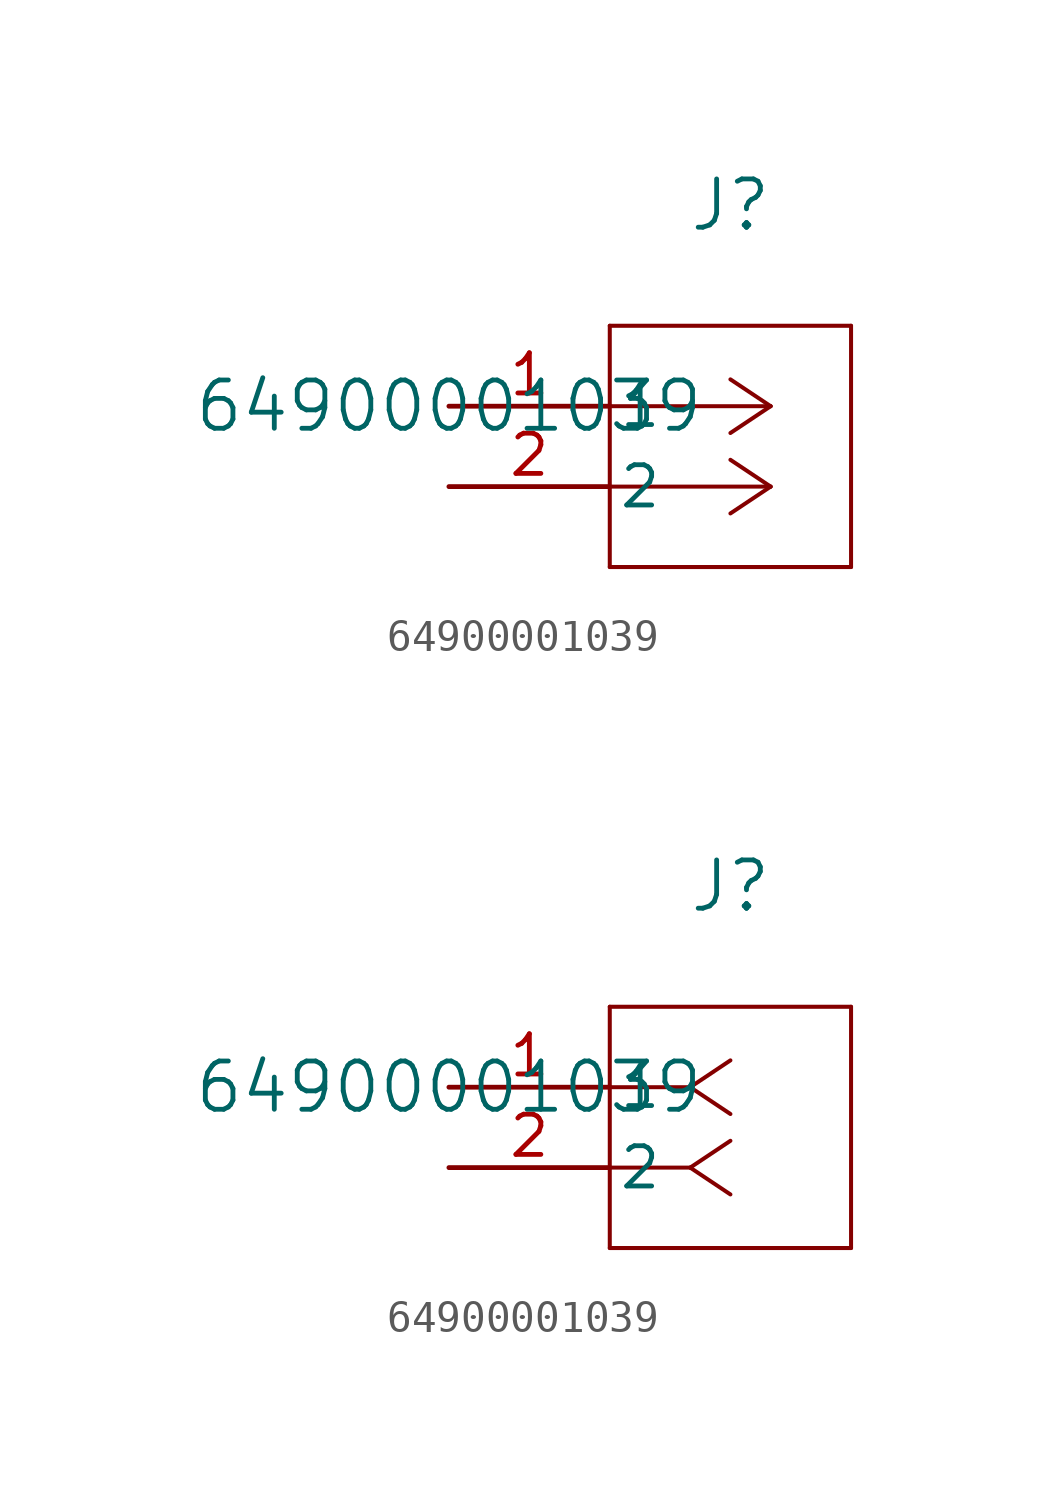
<source format=kicad_sym>
(kicad_symbol_lib
  (version 20211014)
  (generator kicad_symbol_editor)
  (symbol "64900001039"
    (pin_names
      (offset 0.254))
    (property "Reference" "J"
      (at 8.89 6.35 0)
      (effects (font (size 1.524 1.524))))
    (property "Value" "64900001039"
      (at 0 0 0)
      (effects (font (size 1.524 1.524))))
    (symbol "64900001039_1_1"
      (polyline (pts (xy 10.16 0) (xy 5.08 0)) (stroke (width 0.127) (type default) (color 0 0 0 0)) (fill (type none)))
      (polyline (pts (xy 10.16 -2.54) (xy 5.08 -2.54)) (stroke (width 0.127) (type default) (color 0 0 0 0)) (fill (type none)))
      (polyline (pts (xy 10.16 0) (xy 8.89 0.847)) (stroke (width 0.127) (type default) (color 0 0 0 0)) (fill (type none)))
      (polyline (pts (xy 10.16 -2.54) (xy 8.89 -1.693)) (stroke (width 0.127) (type default) (color 0 0 0 0)) (fill (type none)))
      (polyline (pts (xy 10.16 0) (xy 8.89 -0.847)) (stroke (width 0.127) (type default) (color 0 0 0 0)) (fill (type none)))
      (polyline (pts (xy 10.16 -2.54) (xy 8.89 -3.387)) (stroke (width 0.127) (type default) (color 0 0 0 0)) (fill (type none)))
      (polyline (pts (xy 5.08 2.54) (xy 5.08 -5.08)) (stroke (width 0.127) (type default) (color 0 0 0 0)) (fill (type none)))
      (polyline (pts (xy 5.08 -5.08) (xy 12.7 -5.08)) (stroke (width 0.127) (type default) (color 0 0 0 0)) (fill (type none)))
      (polyline (pts (xy 12.7 -5.08) (xy 12.7 2.54)) (stroke (width 0.127) (type default) (color 0 0 0 0)) (fill (type none)))
      (polyline (pts (xy 12.7 2.54) (xy 5.08 2.54)) (stroke (width 0.127) (type default) (color 0 0 0 0)) (fill (type none)))
      (pin unspecified line (at 0 0 0) (length 5.08) (name "1" (effects (font (size 1.27 1.27)))) (number "1" (effects (font (size 1.27 1.27)))))
      (pin unspecified line (at 0 -2.54 0) (length 5.08) (name "2" (effects (font (size 1.27 1.27)))) (number "2" (effects (font (size 1.27 1.27))))))
    (symbol "64900001039_1_2"
      (polyline (pts (xy 7.62 0) (xy 5.08 0)) (stroke (width 0.127) (type default) (color 0 0 0 0)) (fill (type none)))
      (polyline (pts (xy 7.62 -2.54) (xy 5.08 -2.54)) (stroke (width 0.127) (type default) (color 0 0 0 0)) (fill (type none)))
      (polyline (pts (xy 7.62 0) (xy 8.89 0.847)) (stroke (width 0.127) (type default) (color 0 0 0 0)) (fill (type none)))
      (polyline (pts (xy 7.62 -2.54) (xy 8.89 -1.693)) (stroke (width 0.127) (type default) (color 0 0 0 0)) (fill (type none)))
      (polyline (pts (xy 7.62 0) (xy 8.89 -0.847)) (stroke (width 0.127) (type default) (color 0 0 0 0)) (fill (type none)))
      (polyline (pts (xy 7.62 -2.54) (xy 8.89 -3.387)) (stroke (width 0.127) (type default) (color 0 0 0 0)) (fill (type none)))
      (polyline (pts (xy 5.08 2.54) (xy 5.08 -5.08)) (stroke (width 0.127) (type default) (color 0 0 0 0)) (fill (type none)))
      (polyline (pts (xy 5.08 -5.08) (xy 12.7 -5.08)) (stroke (width 0.127) (type default) (color 0 0 0 0)) (fill (type none)))
      (polyline (pts (xy 12.7 -5.08) (xy 12.7 2.54)) (stroke (width 0.127) (type default) (color 0 0 0 0)) (fill (type none)))
      (polyline (pts (xy 12.7 2.54) (xy 5.08 2.54)) (stroke (width 0.127) (type default) (color 0 0 0 0)) (fill (type none)))
      (pin unspecified line (at 0 0 0) (length 5.08) (name "1" (effects (font (size 1.27 1.27)))) (number "1" (effects (font (size 1.27 1.27)))))
      (pin unspecified line (at 0 -2.54 0) (length 5.08) (name "2" (effects (font (size 1.27 1.27)))) (number "2" (effects (font (size 1.27 1.27))))))))
</source>
